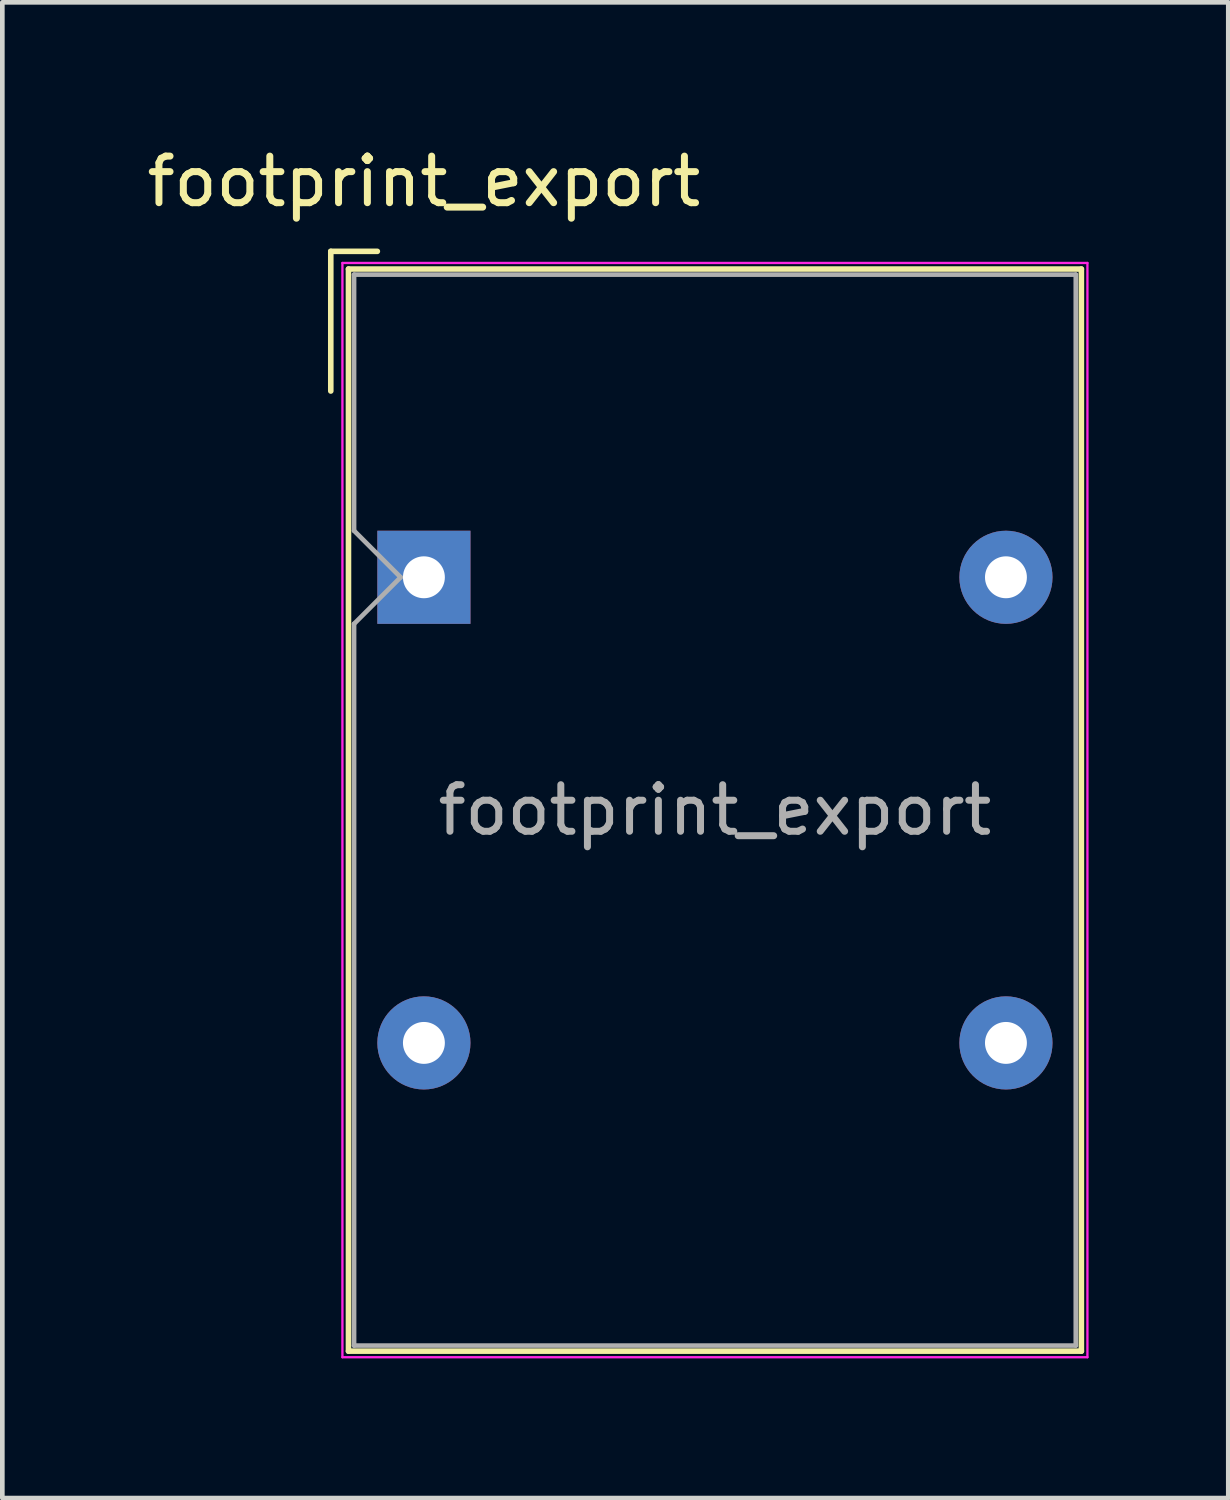
<source format=kicad_pcb>
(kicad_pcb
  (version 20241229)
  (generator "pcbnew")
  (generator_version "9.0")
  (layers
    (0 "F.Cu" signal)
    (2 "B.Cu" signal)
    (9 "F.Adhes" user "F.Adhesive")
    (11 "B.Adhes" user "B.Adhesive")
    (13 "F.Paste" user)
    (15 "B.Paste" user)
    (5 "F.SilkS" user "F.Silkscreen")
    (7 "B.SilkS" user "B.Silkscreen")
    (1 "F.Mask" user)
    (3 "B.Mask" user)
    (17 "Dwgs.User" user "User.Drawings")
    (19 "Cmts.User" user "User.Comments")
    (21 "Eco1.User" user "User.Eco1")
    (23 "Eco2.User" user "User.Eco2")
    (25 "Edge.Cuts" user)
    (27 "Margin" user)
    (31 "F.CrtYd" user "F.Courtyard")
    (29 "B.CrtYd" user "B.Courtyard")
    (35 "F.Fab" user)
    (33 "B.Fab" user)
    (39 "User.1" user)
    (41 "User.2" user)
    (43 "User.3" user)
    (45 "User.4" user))
  (footprint "footprint_export"
    (layer "F.Cu")
    (at 6.054 9.348)
    (property "Reference" "footprint_export" (at 0 -8.5 0) (layer "F.SilkS") (effects (font (size 1 1) (thickness 0.15))))
    (attr through_hole)
    (fp_line (start -2 -7) (end -2 -4) (stroke (width 0.12) (type solid)) (layer "F.SilkS"))
    (fp_line (start -2 -7) (end -1 -7) (stroke (width 0.12) (type solid)) (layer "F.SilkS"))
    (fp_line (start -1.62 -6.62) (end 14.12 -6.62) (stroke (width 0.12) (type solid)) (layer "F.SilkS"))
    (fp_line (start -1.62 16.62) (end -1.62 -6.62) (stroke (width 0.12) (type solid)) (layer "F.SilkS"))
    (fp_line (start 14.12 -6.62) (end 14.12 16.62) (stroke (width 0.12) (type solid)) (layer "F.SilkS"))
    (fp_line (start 14.12 16.62) (end -1.62 16.62) (stroke (width 0.12) (type solid)) (layer "F.SilkS"))
    (fp_line (start -1.75 -6.75) (end -1.75 16.75) (stroke (width 0.05) (type solid)) (layer "F.CrtYd"))
    (fp_line (start -1.75 16.75) (end 14.25 16.75) (stroke (width 0.05) (type solid)) (layer "F.CrtYd"))
    (fp_line (start 14.25 -6.75) (end -1.75 -6.75) (stroke (width 0.05) (type solid)) (layer "F.CrtYd"))
    (fp_line (start 14.25 16.75) (end 14.25 -6.75) (stroke (width 0.05) (type solid)) (layer "F.CrtYd"))
    (fp_line (start -1.5 -6.5) (end 14 -6.5) (stroke (width 0.1) (type solid)) (layer "F.Fab"))
    (fp_line (start -1.5 -1) (end -1.5 -6.5) (stroke (width 0.1) (type solid)) (layer "F.Fab"))
    (fp_line (start -1.5 1) (end -0.5 0) (stroke (width 0.1) (type solid)) (layer "F.Fab"))
    (fp_line (start -1.5 16.5) (end -1.5 1) (stroke (width 0.1) (type solid)) (layer "F.Fab"))
    (fp_line (start -0.5 0) (end -1.5 -1) (stroke (width 0.1) (type solid)) (layer "F.Fab"))
    (fp_line (start 14 -6.5) (end 14 16.5) (stroke (width 0.1) (type solid)) (layer "F.Fab"))
    (fp_line (start 14 16.5) (end -1.5 16.5) (stroke (width 0.1) (type solid)) (layer "F.Fab"))
    (fp_text user "${REFERENCE}" (at 6.25 5 0) (layer "F.Fab") (effects (font (size 1 1) (thickness 0.15))))
    (pad "1" thru_hole rect (at 0 0) (size 2 2) (drill 0.9) (layers "*.Cu" "*.Mask"))
    (pad "2" thru_hole circle (at 12.5 0) (size 2 2) (drill 0.9) (layers "*.Cu" "*.Mask"))
    (pad "3" thru_hole circle (at 0 10) (size 2 2) (drill 0.9) (layers "*.Cu" "*.Mask"))
    (pad "4" thru_hole circle (at 12.5 10) (size 2 2) (drill 0.9) (layers "*.Cu" "*.Mask")))
  (gr_rect
    (start -3 -3)
    (end 23.329 29.123)
    (stroke (width 0.1) (type default))
    (fill no)
    (layer "Edge.Cuts")))
</source>
